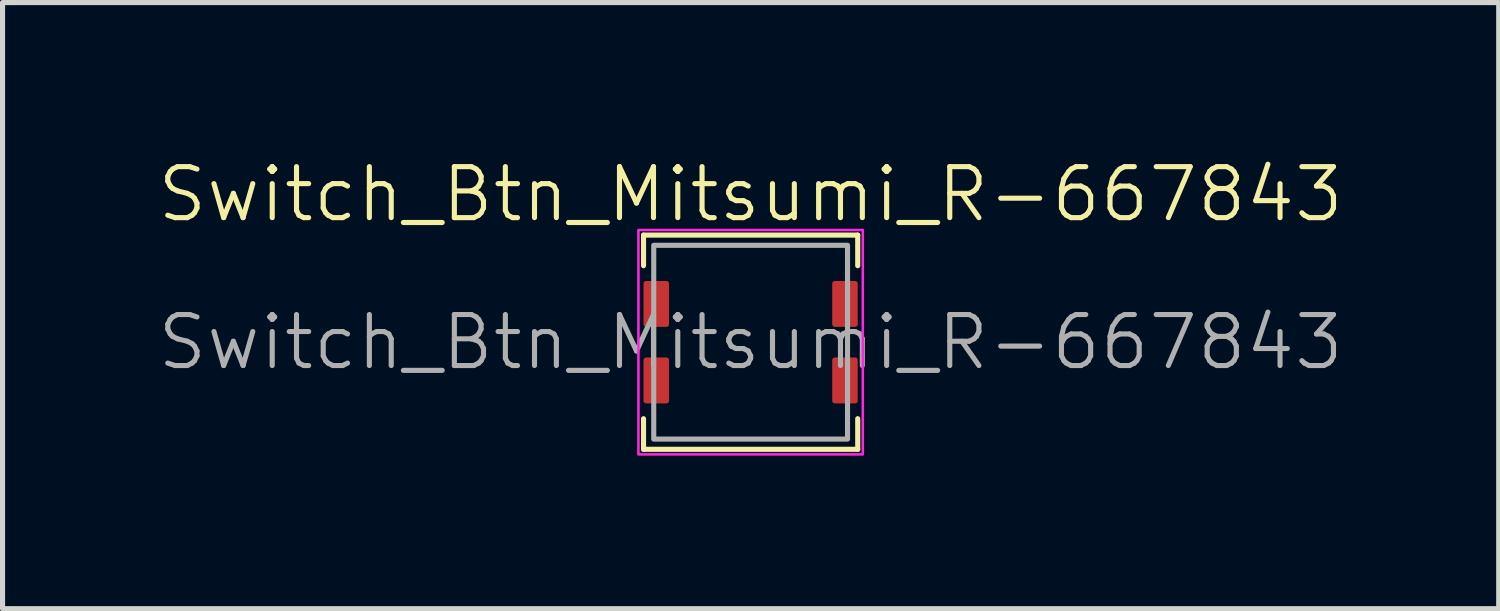
<source format=kicad_pcb>
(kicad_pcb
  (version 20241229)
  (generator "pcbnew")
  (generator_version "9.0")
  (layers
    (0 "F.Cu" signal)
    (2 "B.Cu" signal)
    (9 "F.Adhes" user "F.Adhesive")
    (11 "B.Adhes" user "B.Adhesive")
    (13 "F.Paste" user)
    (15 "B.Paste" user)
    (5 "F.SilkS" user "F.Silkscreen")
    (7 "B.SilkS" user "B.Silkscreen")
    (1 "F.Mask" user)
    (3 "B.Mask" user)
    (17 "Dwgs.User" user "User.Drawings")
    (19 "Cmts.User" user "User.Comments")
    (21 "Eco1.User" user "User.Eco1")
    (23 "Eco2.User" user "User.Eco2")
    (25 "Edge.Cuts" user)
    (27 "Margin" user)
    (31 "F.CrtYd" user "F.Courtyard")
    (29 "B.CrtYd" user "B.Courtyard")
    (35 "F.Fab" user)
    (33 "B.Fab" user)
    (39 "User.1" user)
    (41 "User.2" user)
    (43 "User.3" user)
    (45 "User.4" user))
  (footprint "Switch_Btn_Mitsumi_R-667843"
    (layer "F.Cu")
    (at 11.669 3.66)
    (property "Reference" "Switch_Btn_Mitsumi_R-667843" (at 0 -2.9 0) (unlocked yes) (layer "F.SilkS") (effects (font (size 1 1) (thickness 0.1))))
    (attr smd)
    (fp_line (start -2.1 -2.1) (end 2.1 -2.1) (stroke (width 0.1) (type default)) (layer "F.SilkS"))
    (fp_line (start -2.1 -1.5) (end -2.1 -2.1) (stroke (width 0.1) (type default)) (layer "F.SilkS"))
    (fp_line (start -2.1 2.1) (end -2.1 1.5) (stroke (width 0.1) (type default)) (layer "F.SilkS"))
    (fp_line (start 2.1 -2.1) (end 2.1 -1.5) (stroke (width 0.1) (type default)) (layer "F.SilkS"))
    (fp_line (start 2.1 1.5) (end 2.1 2.1) (stroke (width 0.1) (type default)) (layer "F.SilkS"))
    (fp_line (start 2.1 2.1) (end -2.1 2.1) (stroke (width 0.1) (type default)) (layer "F.SilkS"))
    (fp_rect (start -2.2 -2.2) (end 2.2 2.2) (stroke (width 0.05) (type default)) (fill no) (layer "F.CrtYd"))
    (fp_rect (start -1.9 -1.9) (end 1.9 1.9) (stroke (width 0.1) (type default)) (fill no) (layer "F.Fab"))
    (fp_text user "${REFERENCE}" (at 0 0 0) (unlocked yes) (layer "F.Fab") (effects (font (size 1 1) (thickness 0.1))))
    (pad "1" smd roundrect (at -1.85 -0.75) (size 0.5 0.9) (layers "F.Cu" "F.Mask" "F.Paste") (roundrect_rratio 0.1))
    (pad "1" smd roundrect (at -1.85 0.75) (size 0.5 0.9) (layers "F.Cu" "F.Mask" "F.Paste") (roundrect_rratio 0.1))
    (pad "2" smd roundrect (at 1.85 -0.75) (size 0.5 0.9) (layers "F.Cu" "F.Mask" "F.Paste") (roundrect_rratio 0.1))
    (pad "2" smd roundrect (at 1.85 0.75) (size 0.5 0.9) (layers "F.Cu" "F.Mask" "F.Paste") (roundrect_rratio 0.1)))
  (gr_rect
    (start -3 -3)
    (end 26.338 8.886)
    (stroke (width 0.1) (type default))
    (fill no)
    (layer "Edge.Cuts")))
</source>
